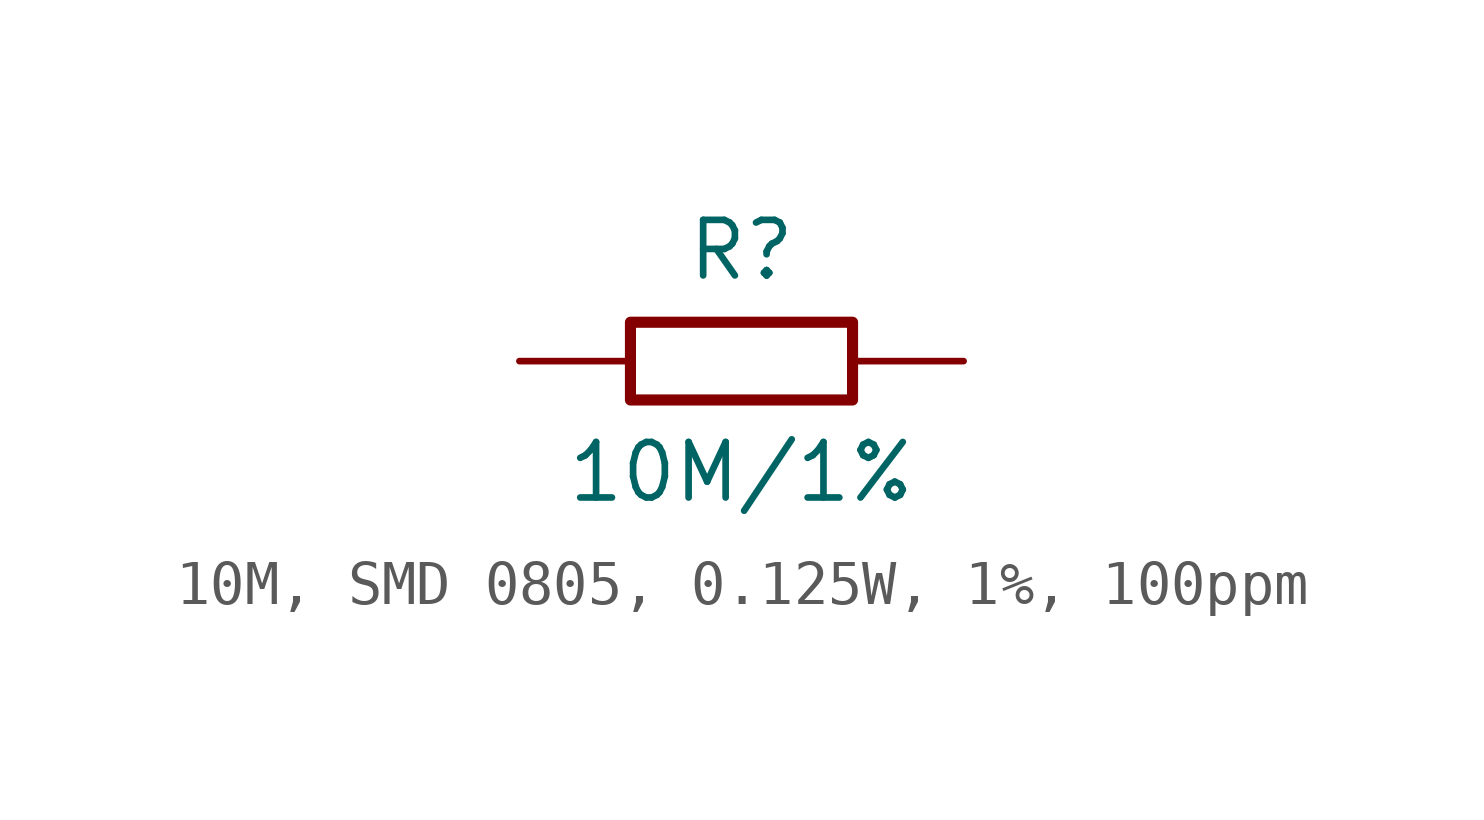
<source format=kicad_sym>
(kicad_symbol_lib
  (version 20241209)
  (generator "kicad_symbol_editor")
  (generator_version "9.0")
  (symbol "10M, SMD 0805, 0.125W, 1%, 100ppm"
    (pin_numbers
      (hide yes))
    (pin_names
      (offset 0)
      (hide yes))
    (property "Reference" "R"
      (at 0 2.54 0)
      (effects (font (size 1.27 1.27))))
    (property "Value" "10M/1%"
      (at 0 -2.54 0)
      (effects (font (size 1.27 1.27))))
    (symbol "10M, SMD 0805, 0.125W, 1%, 100ppm_0_1"
      (rectangle (start -2.54 0.889) (end 2.54 -0.889) (stroke (width 0.254) (type default)) (fill (type none))))
    (symbol "10M, SMD 0805, 0.125W, 1%, 100ppm_1_1"
      (pin passive line (at -5.08 0 0) (length 2.54) (name "1" (effects (font (size 1.27 1.27)))) (number "1" (effects (font (size 1.27 1.27)))))
      (pin passive line (at 5.08 0 180) (length 2.54) (name "2" (effects (font (size 1.27 1.27)))) (number "2" (effects (font (size 1.27 1.27))))))))
</source>
